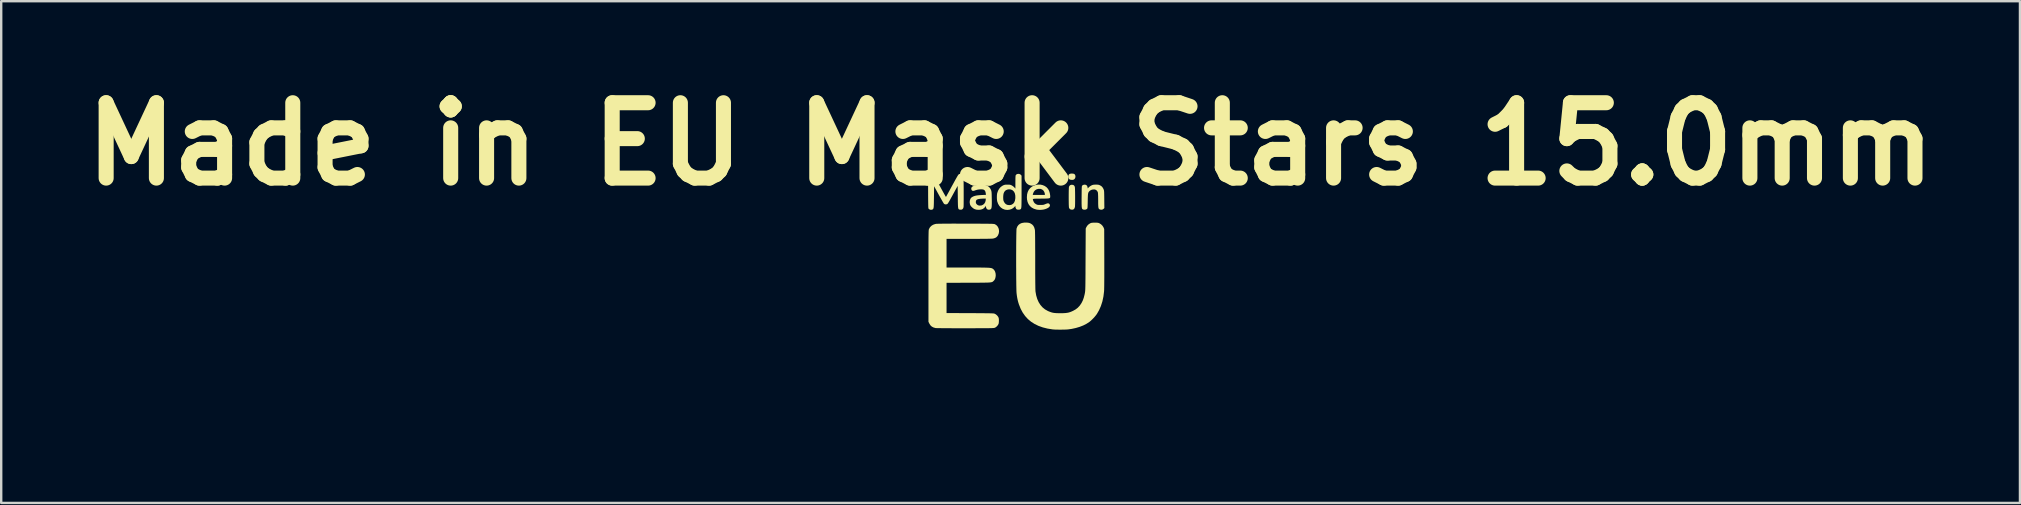
<source format=kicad_pcb>
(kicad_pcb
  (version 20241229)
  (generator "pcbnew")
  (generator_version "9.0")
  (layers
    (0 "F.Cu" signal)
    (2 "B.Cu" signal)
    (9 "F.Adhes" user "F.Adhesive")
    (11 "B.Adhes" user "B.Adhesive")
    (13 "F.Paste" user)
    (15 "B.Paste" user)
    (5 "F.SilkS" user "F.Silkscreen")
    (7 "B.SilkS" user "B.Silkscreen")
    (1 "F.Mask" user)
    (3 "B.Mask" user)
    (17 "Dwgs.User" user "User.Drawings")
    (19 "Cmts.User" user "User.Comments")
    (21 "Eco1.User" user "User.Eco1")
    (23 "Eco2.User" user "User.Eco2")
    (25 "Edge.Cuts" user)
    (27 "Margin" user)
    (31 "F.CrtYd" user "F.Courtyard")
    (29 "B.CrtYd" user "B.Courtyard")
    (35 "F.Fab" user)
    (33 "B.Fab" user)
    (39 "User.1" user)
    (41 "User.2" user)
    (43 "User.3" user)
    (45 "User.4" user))
  (footprint "Made in EU Mask Stars 15.0mm"
    (layer "F.Cu")
    (at 39.066 7.452)
    (property "Reference" "Made in EU Mask Stars 15.0mm" (at 0 -4.5 180) (layer "F.SilkS") (effects (font (size 3.141 3.141) (thickness 0.627))))
    (attr board_only exclude_from_pos_files exclude_from_bom)
    (fp_poly (pts (xy 5.513 -4.266) (xy 5.514 -4.265) (xy 5.518 -4.251) (xy 5.529 -4.218) (xy 5.545 -4.169) (xy 5.565 -4.105) (xy 5.59 -4.031) (xy 5.617 -3.947) (xy 5.646 -3.857) (xy 5.649 -3.846) (xy 5.779 -3.444) (xy 6.223 -3.439) (xy 6.666 -3.433) (xy 6.309 -3.177) (xy 6.23 -3.12) (xy 6.157 -3.068) (xy 6.093 -3.021) (xy 6.038 -2.981) (xy 5.995 -2.949) (xy 5.965 -2.926) (xy 5.952 -2.915) (xy 5.951 -2.914) (xy 5.954 -2.903) (xy 5.964 -2.872) (xy 5.979 -2.825) (xy 5.998 -2.764) (xy 6.022 -2.691) (xy 6.049 -2.608) (xy 6.078 -2.518) (xy 6.083 -2.501) (xy 6.113 -2.41) (xy 6.14 -2.326) (xy 6.163 -2.251) (xy 6.183 -2.188) (xy 6.199 -2.138) (xy 6.208 -2.105) (xy 6.212 -2.09) (xy 6.212 -2.09) (xy 6.203 -2.095) (xy 6.178 -2.113) (xy 6.138 -2.14) (xy 6.087 -2.177) (xy 6.025 -2.222) (xy 5.955 -2.272) (xy 5.878 -2.328) (xy 5.859 -2.342) (xy 5.508 -2.598) (xy 5.174 -2.354) (xy 5.082 -2.286) (xy 5.006 -2.23) (xy 4.945 -2.186) (xy 4.897 -2.152) (xy 4.861 -2.127) (xy 4.835 -2.109) (xy 4.818 -2.099) (xy 4.808 -2.094) (xy 4.804 -2.094) (xy 4.803 -2.098) (xy 4.805 -2.105) (xy 4.805 -2.106) (xy 4.841 -2.216) (xy 4.877 -2.324) (xy 4.911 -2.43) (xy 4.943 -2.531) (xy 4.972 -2.625) (xy 4.998 -2.71) (xy 5.021 -2.783) (xy 5.039 -2.844) (xy 5.051 -2.889) (xy 5.058 -2.916) (xy 5.059 -2.925) (xy 5.048 -2.932) (xy 5.021 -2.952) (xy 4.98 -2.981) (xy 4.927 -3.019) (xy 4.864 -3.064) (xy 4.793 -3.115) (xy 4.716 -3.171) (xy 4.7 -3.182) (xy 4.35 -3.433) (xy 4.793 -3.436) (xy 5.235 -3.439) (xy 5.331 -3.737) (xy 5.371 -3.859) (xy 5.404 -3.962) (xy 5.431 -4.046) (xy 5.453 -4.114) (xy 5.471 -4.167) (xy 5.485 -4.207) (xy 5.495 -4.236) (xy 5.502 -4.254) (xy 5.508 -4.264) (xy 5.511 -4.268)) (stroke (width 0) (type solid)) (fill yes) (layer "F.Mask"))
    (fp_poly (pts (xy 0.014 5.284) (xy 0.025 5.317) (xy 0.041 5.366) (xy 0.061 5.429) (xy 0.085 5.504) (xy 0.112 5.588) (xy 0.141 5.679) (xy 0.145 5.694) (xy 0.276 6.101) (xy 0.715 6.107) (xy 1.154 6.113) (xy 0.826 6.349) (xy 0.749 6.404) (xy 0.677 6.455) (xy 0.613 6.502) (xy 0.558 6.542) (xy 0.514 6.573) (xy 0.485 6.595) (xy 0.471 6.605) (xy 0.446 6.626) (xy 0.575 7.028) (xy 0.604 7.119) (xy 0.632 7.203) (xy 0.656 7.279) (xy 0.677 7.343) (xy 0.693 7.394) (xy 0.704 7.429) (xy 0.71 7.445) (xy 0.71 7.446) (xy 0.71 7.455) (xy 0.701 7.45) (xy 0.685 7.438) (xy 0.655 7.416) (xy 0.612 7.385) (xy 0.559 7.346) (xy 0.498 7.302) (xy 0.432 7.254) (xy 0.364 7.204) (xy 0.296 7.155) (xy 0.229 7.107) (xy 0.168 7.062) (xy 0.114 7.023) (xy 0.069 6.99) (xy 0.036 6.967) (xy 0.018 6.954) (xy 0.015 6.952) (xy 0.004 6.957) (xy -0.022 6.974) (xy -0.062 7) (xy -0.113 7.035) (xy -0.173 7.076) (xy -0.238 7.122) (xy -0.308 7.171) (xy -0.38 7.222) (xy -0.451 7.273) (xy -0.519 7.322) (xy -0.582 7.368) (xy -0.636 7.409) (xy -0.681 7.443) (xy -0.692 7.451) (xy -0.703 7.457) (xy -0.702 7.447) (xy -0.701 7.447) (xy -0.697 7.432) (xy -0.686 7.399) (xy -0.67 7.351) (xy -0.651 7.29) (xy -0.628 7.221) (xy -0.604 7.144) (xy -0.578 7.065) (xy -0.552 6.985) (xy -0.528 6.908) (xy -0.505 6.836) (xy -0.484 6.773) (xy -0.468 6.722) (xy -0.456 6.685) (xy -0.451 6.669) (xy -0.437 6.622) (xy -0.795 6.364) (xy -1.153 6.107) (xy -0.711 6.107) (xy -0.269 6.107) (xy -0.19 5.859) (xy -0.162 5.774) (xy -0.133 5.683) (xy -0.104 5.593) (xy -0.078 5.51) (xy -0.056 5.441) (xy -0.053 5.432) (xy -0.034 5.375) (xy -0.017 5.327) (xy -0.003 5.292) (xy 0.006 5.272) (xy 0.01 5.27)) (stroke (width 0) (type solid)) (fill yes) (layer "F.Mask"))
    (fp_poly (pts (xy -3.082 -6.319) (xy -3.055 -6.234) (xy -3.027 -6.148) (xy -3 -6.065) (xy -2.976 -5.991) (xy -2.956 -5.93) (xy -2.946 -5.898) (xy -2.901 -5.761) (xy -2.458 -5.758) (xy -2.015 -5.755) (xy -2.333 -5.527) (xy -2.41 -5.473) (xy -2.481 -5.421) (xy -2.547 -5.374) (xy -2.603 -5.333) (xy -2.648 -5.3) (xy -2.679 -5.278) (xy -2.692 -5.268) (xy -2.733 -5.236) (xy -2.6 -4.826) (xy -2.571 -4.735) (xy -2.544 -4.651) (xy -2.521 -4.576) (xy -2.501 -4.512) (xy -2.486 -4.462) (xy -2.476 -4.429) (xy -2.472 -4.413) (xy -2.472 -4.413) (xy -2.482 -4.418) (xy -2.507 -4.436) (xy -2.547 -4.463) (xy -2.598 -4.5) (xy -2.66 -4.544) (xy -2.729 -4.595) (xy -2.805 -4.65) (xy -2.814 -4.656) (xy -2.891 -4.712) (xy -2.962 -4.764) (xy -3.026 -4.81) (xy -3.08 -4.849) (xy -3.123 -4.88) (xy -3.152 -4.9) (xy -3.166 -4.909) (xy -3.166 -4.909) (xy -3.178 -4.904) (xy -3.206 -4.886) (xy -3.247 -4.859) (xy -3.301 -4.822) (xy -3.364 -4.778) (xy -3.435 -4.728) (xy -3.512 -4.672) (xy -3.526 -4.662) (xy -3.603 -4.606) (xy -3.674 -4.554) (xy -3.738 -4.508) (xy -3.792 -4.469) (xy -3.834 -4.439) (xy -3.863 -4.419) (xy -3.876 -4.41) (xy -3.877 -4.41) (xy -3.874 -4.42) (xy -3.866 -4.449) (xy -3.852 -4.495) (xy -3.834 -4.555) (xy -3.811 -4.628) (xy -3.785 -4.71) (xy -3.756 -4.799) (xy -3.75 -4.82) (xy -3.72 -4.912) (xy -3.693 -4.996) (xy -3.669 -5.071) (xy -3.649 -5.135) (xy -3.633 -5.186) (xy -3.622 -5.22) (xy -3.617 -5.235) (xy -3.617 -5.236) (xy -3.626 -5.244) (xy -3.651 -5.263) (xy -3.69 -5.292) (xy -3.742 -5.33) (xy -3.804 -5.375) (xy -3.875 -5.426) (xy -3.952 -5.482) (xy -3.976 -5.499) (xy -4.334 -5.755) (xy -3.889 -5.758) (xy -3.444 -5.761) (xy -3.339 -6.093) (xy -3.311 -6.18) (xy -3.284 -6.265) (xy -3.259 -6.343) (xy -3.237 -6.412) (xy -3.219 -6.468) (xy -3.206 -6.507) (xy -3.204 -6.515) (xy -3.174 -6.604)) (stroke (width 0) (type solid)) (fill yes) (layer "F.Mask"))
    (fp_poly (pts (xy -3.167 4.438) (xy -3.156 4.466) (xy -3.141 4.51) (xy -3.12 4.57) (xy -3.096 4.641) (xy -3.069 4.723) (xy -3.04 4.813) (xy -3.031 4.84) (xy -2.898 5.258) (xy -2.456 5.261) (xy -2.013 5.264) (xy -2.369 5.519) (xy -2.447 5.576) (xy -2.519 5.628) (xy -2.584 5.676) (xy -2.638 5.716) (xy -2.681 5.748) (xy -2.71 5.77) (xy -2.724 5.782) (xy -2.724 5.782) (xy -2.721 5.795) (xy -2.711 5.825) (xy -2.697 5.873) (xy -2.677 5.934) (xy -2.654 6.008) (xy -2.628 6.09) (xy -2.599 6.18) (xy -2.596 6.191) (xy -2.567 6.281) (xy -2.54 6.365) (xy -2.517 6.439) (xy -2.498 6.502) (xy -2.483 6.551) (xy -2.473 6.585) (xy -2.47 6.599) (xy -2.47 6.599) (xy -2.479 6.597) (xy -2.503 6.583) (xy -2.537 6.56) (xy -2.568 6.538) (xy -2.603 6.512) (xy -2.652 6.476) (xy -2.713 6.432) (xy -2.78 6.382) (xy -2.852 6.33) (xy -2.916 6.283) (xy -3.168 6.098) (xy -3.474 6.321) (xy -3.549 6.376) (xy -3.62 6.428) (xy -3.685 6.475) (xy -3.741 6.516) (xy -3.785 6.548) (xy -3.816 6.57) (xy -3.828 6.578) (xy -3.856 6.597) (xy -3.869 6.604) (xy -3.872 6.6) (xy -3.869 6.586) (xy -3.863 6.569) (xy -3.852 6.534) (xy -3.836 6.483) (xy -3.815 6.418) (xy -3.791 6.342) (xy -3.764 6.259) (xy -3.738 6.177) (xy -3.71 6.088) (xy -3.684 6.006) (xy -3.662 5.933) (xy -3.644 5.871) (xy -3.63 5.824) (xy -3.622 5.792) (xy -3.62 5.78) (xy -3.63 5.771) (xy -3.657 5.75) (xy -3.697 5.719) (xy -3.749 5.68) (xy -3.812 5.634) (xy -3.883 5.582) (xy -3.96 5.526) (xy -3.975 5.515) (xy -4.325 5.264) (xy -3.882 5.261) (xy -3.439 5.258) (xy -3.418 5.189) (xy -3.396 5.118) (xy -3.371 5.04) (xy -3.345 4.957) (xy -3.318 4.871) (xy -3.29 4.786) (xy -3.264 4.705) (xy -3.239 4.629) (xy -3.217 4.561) (xy -3.198 4.505) (xy -3.184 4.462) (xy -3.175 4.437) (xy -3.172 4.43)) (stroke (width 0) (type solid)) (fill yes) (layer "F.Mask"))
    (fp_poly (pts (xy 3.182 4.431) (xy 3.187 4.442) (xy 3.193 4.462) (xy 3.204 4.491) (xy 3.217 4.533) (xy 3.235 4.587) (xy 3.257 4.656) (xy 3.285 4.741) (xy 3.318 4.845) (xy 3.357 4.967) (xy 3.366 4.993) (xy 3.451 5.258) (xy 3.892 5.261) (xy 4.334 5.264) (xy 3.985 5.515) (xy 3.907 5.571) (xy 3.835 5.623) (xy 3.77 5.67) (xy 3.715 5.709) (xy 3.672 5.741) (xy 3.642 5.762) (xy 3.628 5.772) (xy 3.627 5.772) (xy 3.629 5.784) (xy 3.636 5.814) (xy 3.65 5.861) (xy 3.668 5.923) (xy 3.69 5.996) (xy 3.716 6.079) (xy 3.745 6.169) (xy 3.752 6.19) (xy 3.781 6.282) (xy 3.808 6.366) (xy 3.832 6.441) (xy 3.852 6.505) (xy 3.867 6.555) (xy 3.877 6.589) (xy 3.882 6.605) (xy 3.882 6.606) (xy 3.872 6.6) (xy 3.847 6.583) (xy 3.807 6.555) (xy 3.755 6.518) (xy 3.694 6.473) (xy 3.623 6.423) (xy 3.547 6.367) (xy 3.528 6.353) (xy 3.178 6.098) (xy 3.121 6.14) (xy 3.047 6.195) (xy 2.969 6.252) (xy 2.89 6.309) (xy 2.813 6.366) (xy 2.738 6.42) (xy 2.669 6.47) (xy 2.606 6.515) (xy 2.554 6.553) (xy 2.512 6.582) (xy 2.485 6.601) (xy 2.473 6.609) (xy 2.472 6.609) (xy 2.47 6.603) (xy 2.471 6.601) (xy 2.475 6.589) (xy 2.485 6.559) (xy 2.5 6.513) (xy 2.52 6.455) (xy 2.542 6.386) (xy 2.566 6.311) (xy 2.592 6.231) (xy 2.618 6.15) (xy 2.644 6.07) (xy 2.668 5.995) (xy 2.69 5.927) (xy 2.708 5.868) (xy 2.723 5.822) (xy 2.732 5.792) (xy 2.735 5.781) (xy 2.735 5.781) (xy 2.727 5.773) (xy 2.702 5.755) (xy 2.662 5.726) (xy 2.611 5.688) (xy 2.549 5.643) (xy 2.478 5.592) (xy 2.401 5.536) (xy 2.379 5.52) (xy 2.023 5.264) (xy 2.465 5.258) (xy 2.908 5.253) (xy 3.041 4.837) (xy 3.071 4.746) (xy 3.098 4.661) (xy 3.123 4.587) (xy 3.144 4.524) (xy 3.161 4.474) (xy 3.173 4.441) (xy 3.179 4.427) (xy 3.18 4.426)) (stroke (width 0) (type solid)) (fill yes) (layer "F.Mask"))
    (fp_poly (pts (xy 0.012 -7.439) (xy 0.022 -7.407) (xy 0.037 -7.359) (xy 0.057 -7.297) (xy 0.081 -7.223) (xy 0.107 -7.139) (xy 0.136 -7.049) (xy 0.143 -7.028) (xy 0.275 -6.615) (xy 0.715 -6.609) (xy 1.156 -6.604) (xy 0.801 -6.349) (xy 0.723 -6.293) (xy 0.651 -6.241) (xy 0.586 -6.194) (xy 0.532 -6.154) (xy 0.489 -6.123) (xy 0.46 -6.101) (xy 0.447 -6.09) (xy 0.447 -6.09) (xy 0.45 -6.079) (xy 0.459 -6.049) (xy 0.473 -6.004) (xy 0.492 -5.946) (xy 0.513 -5.878) (xy 0.537 -5.803) (xy 0.563 -5.724) (xy 0.589 -5.643) (xy 0.614 -5.564) (xy 0.639 -5.488) (xy 0.661 -5.42) (xy 0.68 -5.361) (xy 0.695 -5.315) (xy 0.703 -5.289) (xy 0.707 -5.279) (xy 0.71 -5.272) (xy 0.71 -5.267) (xy 0.706 -5.266) (xy 0.697 -5.271) (xy 0.68 -5.281) (xy 0.654 -5.299) (xy 0.618 -5.325) (xy 0.569 -5.36) (xy 0.506 -5.406) (xy 0.428 -5.463) (xy 0.38 -5.498) (xy 0.305 -5.553) (xy 0.235 -5.603) (xy 0.172 -5.649) (xy 0.118 -5.689) (xy 0.076 -5.719) (xy 0.048 -5.74) (xy 0.038 -5.747) (xy 0.003 -5.772) (xy -0.297 -5.553) (xy -0.372 -5.498) (xy -0.443 -5.447) (xy -0.508 -5.399) (xy -0.565 -5.358) (xy -0.61 -5.325) (xy -0.641 -5.302) (xy -0.652 -5.294) (xy -0.681 -5.273) (xy -0.697 -5.264) (xy -0.701 -5.267) (xy -0.698 -5.28) (xy -0.698 -5.282) (xy -0.693 -5.298) (xy -0.682 -5.332) (xy -0.666 -5.381) (xy -0.646 -5.442) (xy -0.624 -5.513) (xy -0.599 -5.59) (xy -0.573 -5.67) (xy -0.547 -5.751) (xy -0.522 -5.829) (xy -0.499 -5.902) (xy -0.478 -5.966) (xy -0.461 -6.019) (xy -0.449 -6.057) (xy -0.442 -6.078) (xy -0.441 -6.081) (xy -0.449 -6.09) (xy -0.473 -6.11) (xy -0.512 -6.141) (xy -0.563 -6.18) (xy -0.624 -6.226) (xy -0.694 -6.278) (xy -0.771 -6.333) (xy -0.792 -6.349) (xy -1.147 -6.604) (xy -0.708 -6.607) (xy -0.269 -6.61) (xy -0.189 -6.858) (xy -0.162 -6.943) (xy -0.133 -7.033) (xy -0.104 -7.123) (xy -0.078 -7.206) (xy -0.056 -7.275) (xy -0.053 -7.284) (xy -0.034 -7.342) (xy -0.017 -7.391) (xy -0.004 -7.427) (xy 0.005 -7.448) (xy 0.007 -7.452)) (stroke (width 0) (type solid)) (fill yes) (layer "F.Mask"))
    (fp_poly (pts (xy 5.511 2.102) (xy 5.521 2.13) (xy 5.537 2.175) (xy 5.557 2.235) (xy 5.581 2.307) (xy 5.607 2.389) (xy 5.637 2.478) (xy 5.645 2.504) (xy 5.778 2.92) (xy 6.224 2.925) (xy 6.669 2.931) (xy 6.32 3.182) (xy 6.241 3.238) (xy 6.169 3.29) (xy 6.104 3.337) (xy 6.048 3.376) (xy 6.004 3.408) (xy 5.974 3.429) (xy 5.96 3.44) (xy 5.959 3.44) (xy 5.96 3.452) (xy 5.967 3.484) (xy 5.98 3.532) (xy 5.999 3.597) (xy 6.023 3.676) (xy 6.051 3.766) (xy 6.083 3.864) (xy 6.112 3.956) (xy 6.139 4.041) (xy 6.164 4.117) (xy 6.184 4.181) (xy 6.2 4.231) (xy 6.21 4.266) (xy 6.215 4.282) (xy 6.215 4.283) (xy 6.206 4.277) (xy 6.181 4.259) (xy 6.141 4.231) (xy 6.09 4.193) (xy 6.028 4.149) (xy 5.958 4.098) (xy 5.882 4.042) (xy 5.862 4.027) (xy 5.773 3.962) (xy 5.7 3.909) (xy 5.642 3.867) (xy 5.596 3.835) (xy 5.561 3.811) (xy 5.535 3.796) (xy 5.516 3.786) (xy 5.504 3.782) (xy 5.495 3.782) (xy 5.488 3.785) (xy 5.474 3.795) (xy 5.444 3.816) (xy 5.401 3.848) (xy 5.346 3.887) (xy 5.281 3.934) (xy 5.21 3.986) (xy 5.138 4.039) (xy 5.063 4.093) (xy 4.994 4.143) (xy 4.932 4.187) (xy 4.881 4.224) (xy 4.842 4.251) (xy 4.816 4.269) (xy 4.806 4.274) (xy 4.809 4.263) (xy 4.817 4.233) (xy 4.831 4.186) (xy 4.85 4.125) (xy 4.873 4.052) (xy 4.9 3.97) (xy 4.928 3.88) (xy 4.934 3.863) (xy 4.964 3.772) (xy 4.99 3.688) (xy 5.014 3.612) (xy 5.034 3.549) (xy 5.049 3.499) (xy 5.059 3.465) (xy 5.062 3.449) (xy 5.062 3.449) (xy 5.052 3.44) (xy 5.027 3.421) (xy 4.991 3.394) (xy 4.946 3.361) (xy 4.927 3.347) (xy 4.878 3.312) (xy 4.816 3.268) (xy 4.746 3.217) (xy 4.671 3.163) (xy 4.598 3.111) (xy 4.572 3.092) (xy 4.349 2.931) (xy 4.794 2.925) (xy 5.239 2.92) (xy 5.37 2.508) (xy 5.4 2.417) (xy 5.427 2.333) (xy 5.451 2.257) (xy 5.472 2.193) (xy 5.489 2.143) (xy 5.5 2.109) (xy 5.506 2.094) (xy 5.507 2.093)) (stroke (width 0) (type solid)) (fill yes) (layer "F.Mask"))
    (fp_poly (pts (xy -5.494 2.099) (xy -5.49 2.113) (xy -5.479 2.146) (xy -5.463 2.195) (xy -5.443 2.258) (xy -5.418 2.333) (xy -5.391 2.417) (xy -5.362 2.507) (xy -5.359 2.518) (xy -5.23 2.92) (xy -4.784 2.925) (xy -4.338 2.931) (xy -4.695 3.187) (xy -4.774 3.243) (xy -4.847 3.295) (xy -4.912 3.342) (xy -4.967 3.381) (xy -5.01 3.413) (xy -5.04 3.434) (xy -5.054 3.444) (xy -5.055 3.445) (xy -5.053 3.456) (xy -5.044 3.485) (xy -5.03 3.532) (xy -5.011 3.593) (xy -4.988 3.666) (xy -4.962 3.748) (xy -4.933 3.838) (xy -4.925 3.864) (xy -4.895 3.956) (xy -4.868 4.041) (xy -4.844 4.116) (xy -4.824 4.181) (xy -4.808 4.231) (xy -4.797 4.265) (xy -4.793 4.281) (xy -4.793 4.282) (xy -4.802 4.276) (xy -4.827 4.258) (xy -4.866 4.23) (xy -4.918 4.193) (xy -4.979 4.148) (xy -5.049 4.097) (xy -5.124 4.042) (xy -5.136 4.033) (xy -5.213 3.977) (xy -5.284 3.925) (xy -5.348 3.878) (xy -5.403 3.838) (xy -5.446 3.808) (xy -5.475 3.787) (xy -5.489 3.777) (xy -5.49 3.777) (xy -5.502 3.782) (xy -5.529 3.799) (xy -5.571 3.827) (xy -5.624 3.864) (xy -5.688 3.908) (xy -5.759 3.959) (xy -5.836 4.014) (xy -5.856 4.029) (xy -5.933 4.085) (xy -6.005 4.138) (xy -6.069 4.184) (xy -6.123 4.223) (xy -6.165 4.253) (xy -6.194 4.274) (xy -6.207 4.282) (xy -6.207 4.283) (xy -6.204 4.272) (xy -6.195 4.242) (xy -6.18 4.195) (xy -6.16 4.134) (xy -6.137 4.061) (xy -6.11 3.979) (xy -6.081 3.889) (xy -6.075 3.867) (xy -6.045 3.776) (xy -6.018 3.691) (xy -5.995 3.615) (xy -5.975 3.551) (xy -5.96 3.5) (xy -5.95 3.465) (xy -5.946 3.449) (xy -5.946 3.448) (xy -5.956 3.44) (xy -5.982 3.42) (xy -6.023 3.39) (xy -6.075 3.352) (xy -6.138 3.306) (xy -6.209 3.255) (xy -6.286 3.199) (xy -6.306 3.185) (xy -6.66 2.931) (xy -6.214 2.925) (xy -5.768 2.92) (xy -5.68 2.646) (xy -5.653 2.562) (xy -5.626 2.475) (xy -5.599 2.391) (xy -5.575 2.316) (xy -5.555 2.253) (xy -5.547 2.227) (xy -5.53 2.176) (xy -5.515 2.135) (xy -5.503 2.108) (xy -5.496 2.098)) (stroke (width 0) (type solid)) (fill yes) (layer "F.Mask"))
    (fp_poly (pts (xy 3.197 -6.573) (xy 3.207 -6.54) (xy 3.223 -6.491) (xy 3.244 -6.427) (xy 3.268 -6.353) (xy 3.295 -6.269) (xy 3.324 -6.179) (xy 3.327 -6.168) (xy 3.456 -5.766) (xy 3.902 -5.761) (xy 4.347 -5.755) (xy 3.99 -5.5) (xy 3.912 -5.443) (xy 3.839 -5.391) (xy 3.774 -5.344) (xy 3.719 -5.305) (xy 3.676 -5.274) (xy 3.646 -5.252) (xy 3.632 -5.242) (xy 3.631 -5.241) (xy 3.633 -5.231) (xy 3.642 -5.201) (xy 3.657 -5.155) (xy 3.675 -5.094) (xy 3.698 -5.021) (xy 3.725 -4.939) (xy 3.754 -4.849) (xy 3.761 -4.827) (xy 3.79 -4.736) (xy 3.817 -4.651) (xy 3.841 -4.576) (xy 3.861 -4.512) (xy 3.876 -4.462) (xy 3.886 -4.428) (xy 3.89 -4.412) (xy 3.89 -4.412) (xy 3.881 -4.417) (xy 3.855 -4.434) (xy 3.816 -4.462) (xy 3.764 -4.499) (xy 3.703 -4.543) (xy 3.633 -4.594) (xy 3.557 -4.649) (xy 3.546 -4.657) (xy 3.469 -4.713) (xy 3.397 -4.765) (xy 3.332 -4.811) (xy 3.277 -4.849) (xy 3.233 -4.879) (xy 3.203 -4.899) (xy 3.189 -4.907) (xy 3.188 -4.907) (xy 3.176 -4.9) (xy 3.147 -4.882) (xy 3.105 -4.854) (xy 3.051 -4.816) (xy 2.988 -4.771) (xy 2.917 -4.72) (xy 2.84 -4.665) (xy 2.831 -4.658) (xy 2.755 -4.603) (xy 2.684 -4.551) (xy 2.621 -4.506) (xy 2.567 -4.467) (xy 2.526 -4.438) (xy 2.498 -4.418) (xy 2.486 -4.41) (xy 2.485 -4.41) (xy 2.484 -4.419) (xy 2.49 -4.441) (xy 2.505 -4.487) (xy 2.524 -4.546) (xy 2.547 -4.615) (xy 2.571 -4.691) (xy 2.597 -4.771) (xy 2.623 -4.853) (xy 2.648 -4.934) (xy 2.673 -5.011) (xy 2.695 -5.081) (xy 2.714 -5.142) (xy 2.729 -5.191) (xy 2.739 -5.224) (xy 2.744 -5.241) (xy 2.744 -5.241) (xy 2.735 -5.248) (xy 2.709 -5.267) (xy 2.669 -5.295) (xy 2.617 -5.333) (xy 2.555 -5.378) (xy 2.484 -5.428) (xy 2.407 -5.484) (xy 2.385 -5.499) (xy 2.029 -5.755) (xy 2.474 -5.761) (xy 2.918 -5.766) (xy 2.997 -6.012) (xy 3.024 -6.096) (xy 3.053 -6.186) (xy 3.081 -6.274) (xy 3.107 -6.356) (xy 3.128 -6.423) (xy 3.131 -6.43) (xy 3.149 -6.487) (xy 3.166 -6.534) (xy 3.18 -6.568) (xy 3.189 -6.585) (xy 3.192 -6.587)) (stroke (width 0) (type solid)) (fill yes) (layer "F.Mask"))
    (fp_poly (pts (xy -5.493 -4.25) (xy -5.482 -4.22) (xy -5.466 -4.173) (xy -5.446 -4.111) (xy -5.422 -4.038) (xy -5.396 -3.955) (xy -5.366 -3.865) (xy -5.36 -3.845) (xy -5.228 -3.433) (xy -4.786 -3.428) (xy -4.344 -3.422) (xy -4.701 -3.166) (xy -4.792 -3.1) (xy -4.866 -3.046) (xy -4.925 -3.003) (xy -4.971 -2.968) (xy -5.005 -2.942) (xy -5.028 -2.921) (xy -5.042 -2.907) (xy -5.05 -2.896) (xy -5.051 -2.888) (xy -5.051 -2.887) (xy -5.045 -2.869) (xy -5.034 -2.834) (xy -5.018 -2.784) (xy -4.998 -2.722) (xy -4.975 -2.651) (xy -4.951 -2.574) (xy -4.925 -2.494) (xy -4.899 -2.414) (xy -4.874 -2.336) (xy -4.851 -2.264) (xy -4.831 -2.201) (xy -4.814 -2.149) (xy -4.802 -2.112) (xy -4.796 -2.092) (xy -4.795 -2.09) (xy -4.796 -2.081) (xy -4.804 -2.084) (xy -4.815 -2.091) (xy -4.841 -2.11) (xy -4.881 -2.139) (xy -4.932 -2.175) (xy -4.99 -2.218) (xy -5.055 -2.264) (xy -5.122 -2.314) (xy -5.191 -2.363) (xy -5.258 -2.412) (xy -5.321 -2.458) (xy -5.377 -2.499) (xy -5.425 -2.533) (xy -5.461 -2.56) (xy -5.483 -2.576) (xy -5.487 -2.58) (xy -5.499 -2.575) (xy -5.526 -2.559) (xy -5.568 -2.532) (xy -5.622 -2.495) (xy -5.687 -2.449) (xy -5.76 -2.397) (xy -5.84 -2.339) (xy -5.85 -2.332) (xy -5.927 -2.276) (xy -5.999 -2.224) (xy -6.064 -2.177) (xy -6.118 -2.138) (xy -6.161 -2.107) (xy -6.191 -2.086) (xy -6.204 -2.077) (xy -6.205 -2.077) (xy -6.206 -2.085) (xy -6.203 -2.094) (xy -6.198 -2.108) (xy -6.188 -2.141) (xy -6.172 -2.19) (xy -6.151 -2.253) (xy -6.127 -2.328) (xy -6.1 -2.411) (xy -6.072 -2.498) (xy -6.043 -2.587) (xy -6.017 -2.67) (xy -5.993 -2.743) (xy -5.973 -2.805) (xy -5.958 -2.853) (xy -5.947 -2.885) (xy -5.943 -2.897) (xy -5.951 -2.906) (xy -5.975 -2.926) (xy -6.014 -2.957) (xy -6.065 -2.995) (xy -6.126 -3.041) (xy -6.197 -3.093) (xy -6.273 -3.149) (xy -6.297 -3.165) (xy -6.654 -3.422) (xy -6.212 -3.428) (xy -5.77 -3.433) (xy -5.716 -3.601) (xy -5.696 -3.663) (xy -5.671 -3.741) (xy -5.643 -3.828) (xy -5.614 -3.917) (xy -5.587 -4.002) (xy -5.582 -4.017) (xy -5.559 -4.087) (xy -5.539 -4.149) (xy -5.521 -4.2) (xy -5.508 -4.238) (xy -5.499 -4.258) (xy -5.497 -4.261)) (stroke (width 0) (type solid)) (fill yes) (layer "F.Mask"))
    (fp_poly (pts (xy -6.349 -1.076) (xy -6.339 -1.049) (xy -6.323 -1.004) (xy -6.302 -0.945) (xy -6.278 -0.873) (xy -6.252 -0.792) (xy -6.223 -0.702) (xy -6.214 -0.675) (xy -6.081 -0.257) (xy -5.641 -0.257) (xy -5.522 -0.257) (xy -5.422 -0.256) (xy -5.339 -0.254) (xy -5.276 -0.253) (xy -5.233 -0.25) (xy -5.211 -0.248) (xy -5.208 -0.246) (xy -5.218 -0.237) (xy -5.245 -0.217) (xy -5.285 -0.187) (xy -5.338 -0.148) (xy -5.401 -0.102) (xy -5.471 -0.051) (xy -5.548 0.004) (xy -5.56 0.013) (xy -5.638 0.069) (xy -5.709 0.121) (xy -5.772 0.167) (xy -5.825 0.207) (xy -5.867 0.239) (xy -5.894 0.26) (xy -5.906 0.271) (xy -5.906 0.271) (xy -5.903 0.284) (xy -5.893 0.316) (xy -5.878 0.364) (xy -5.859 0.426) (xy -5.836 0.499) (xy -5.809 0.582) (xy -5.78 0.672) (xy -5.777 0.683) (xy -5.748 0.774) (xy -5.721 0.857) (xy -5.698 0.931) (xy -5.679 0.994) (xy -5.664 1.042) (xy -5.655 1.075) (xy -5.652 1.089) (xy -5.652 1.089) (xy -5.662 1.084) (xy -5.687 1.067) (xy -5.727 1.039) (xy -5.779 1.002) (xy -5.841 0.958) (xy -5.91 0.908) (xy -5.986 0.852) (xy -6 0.842) (xy -6.086 0.78) (xy -6.163 0.725) (xy -6.229 0.679) (xy -6.284 0.641) (xy -6.325 0.615) (xy -6.351 0.6) (xy -6.36 0.597) (xy -6.373 0.604) (xy -6.401 0.624) (xy -6.443 0.653) (xy -6.497 0.692) (xy -6.56 0.737) (xy -6.63 0.788) (xy -6.702 0.841) (xy -6.791 0.906) (xy -6.864 0.959) (xy -6.922 1.001) (xy -6.967 1.033) (xy -7.001 1.057) (xy -7.024 1.074) (xy -7.04 1.085) (xy -7.05 1.09) (xy -7.054 1.092) (xy -7.056 1.09) (xy -7.056 1.088) (xy -7.053 1.077) (xy -7.043 1.046) (xy -7.028 0.999) (xy -7.009 0.937) (xy -6.986 0.864) (xy -6.959 0.782) (xy -6.93 0.693) (xy -6.928 0.684) (xy -6.899 0.594) (xy -6.872 0.511) (xy -6.848 0.436) (xy -6.828 0.372) (xy -6.813 0.323) (xy -6.803 0.289) (xy -6.799 0.274) (xy -6.799 0.274) (xy -6.808 0.264) (xy -6.833 0.244) (xy -6.872 0.213) (xy -6.924 0.174) (xy -6.986 0.128) (xy -7.056 0.076) (xy -7.132 0.021) (xy -7.146 0.011) (xy -7.223 -0.045) (xy -7.295 -0.097) (xy -7.359 -0.143) (xy -7.413 -0.183) (xy -7.456 -0.214) (xy -7.485 -0.236) (xy -7.497 -0.247) (xy -7.498 -0.247) (xy -7.488 -0.249) (xy -7.459 -0.251) (xy -7.412 -0.253) (xy -7.349 -0.254) (xy -7.272 -0.256) (xy -7.185 -0.256) (xy -7.089 -0.257) (xy -7.063 -0.257) (xy -6.621 -0.257) (xy -6.6 -0.327) (xy -6.576 -0.402) (xy -6.55 -0.485) (xy -6.523 -0.571) (xy -6.495 -0.658) (xy -6.467 -0.744) (xy -6.441 -0.826) (xy -6.417 -0.901) (xy -6.395 -0.967) (xy -6.377 -1.021) (xy -6.364 -1.06) (xy -6.356 -1.081) (xy -6.354 -1.085)) (stroke (width 0) (type solid)) (fill yes) (layer "F.Mask"))
    (fp_poly (pts (xy 6.357 -1.084) (xy 6.368 -1.056) (xy 6.383 -1.013) (xy 6.401 -0.959) (xy 6.421 -0.896) (xy 6.421 -0.896) (xy 6.447 -0.817) (xy 6.476 -0.724) (xy 6.507 -0.628) (xy 6.536 -0.537) (xy 6.554 -0.483) (xy 6.622 -0.268) (xy 7.062 -0.268) (xy 7.159 -0.268) (xy 7.248 -0.267) (xy 7.328 -0.266) (xy 7.395 -0.265) (xy 7.448 -0.264) (xy 7.484 -0.262) (xy 7.501 -0.26) (xy 7.502 -0.26) (xy 7.493 -0.251) (xy 7.468 -0.232) (xy 7.429 -0.202) (xy 7.377 -0.164) (xy 7.315 -0.119) (xy 7.245 -0.068) (xy 7.168 -0.012) (xy 7.15 -0.000162) (xy 7.072 0.056) (xy 7 0.108) (xy 6.936 0.156) (xy 6.882 0.196) (xy 6.84 0.229) (xy 6.812 0.252) (xy 6.8 0.264) (xy 6.799 0.265) (xy 6.803 0.278) (xy 6.812 0.31) (xy 6.827 0.359) (xy 6.846 0.421) (xy 6.87 0.495) (xy 6.896 0.578) (xy 6.925 0.668) (xy 6.928 0.677) (xy 6.956 0.767) (xy 6.983 0.85) (xy 7.006 0.924) (xy 7.025 0.986) (xy 7.04 1.034) (xy 7.049 1.066) (xy 7.052 1.08) (xy 7.052 1.08) (xy 7.042 1.075) (xy 7.016 1.057) (xy 6.977 1.03) (xy 6.925 0.993) (xy 6.863 0.949) (xy 6.794 0.899) (xy 6.718 0.844) (xy 6.709 0.837) (xy 6.633 0.781) (xy 6.562 0.729) (xy 6.498 0.683) (xy 6.444 0.644) (xy 6.401 0.614) (xy 6.372 0.593) (xy 6.359 0.585) (xy 6.358 0.585) (xy 6.347 0.59) (xy 6.319 0.607) (xy 6.278 0.634) (xy 6.225 0.671) (xy 6.163 0.715) (xy 6.093 0.765) (xy 6.027 0.813) (xy 5.934 0.881) (xy 5.858 0.937) (xy 5.797 0.981) (xy 5.749 1.016) (xy 5.712 1.042) (xy 5.686 1.06) (xy 5.668 1.072) (xy 5.657 1.078) (xy 5.651 1.08) (xy 5.649 1.079) (xy 5.649 1.078) (xy 5.653 1.066) (xy 5.662 1.035) (xy 5.677 0.987) (xy 5.696 0.926) (xy 5.72 0.853) (xy 5.746 0.77) (xy 5.775 0.681) (xy 5.778 0.671) (xy 5.807 0.581) (xy 5.833 0.498) (xy 5.857 0.423) (xy 5.877 0.36) (xy 5.892 0.31) (xy 5.902 0.277) (xy 5.906 0.262) (xy 5.906 0.262) (xy 5.897 0.253) (xy 5.872 0.233) (xy 5.833 0.203) (xy 5.781 0.165) (xy 5.719 0.119) (xy 5.648 0.068) (xy 5.572 0.012) (xy 5.554 0) (xy 5.477 -0.056) (xy 5.405 -0.108) (xy 5.341 -0.154) (xy 5.286 -0.194) (xy 5.244 -0.226) (xy 5.216 -0.247) (xy 5.203 -0.258) (xy 5.203 -0.259) (xy 5.214 -0.26) (xy 5.244 -0.261) (xy 5.292 -0.262) (xy 5.356 -0.262) (xy 5.432 -0.262) (xy 5.518 -0.261) (xy 5.613 -0.26) (xy 5.637 -0.26) (xy 5.747 -0.258) (xy 5.836 -0.257) (xy 5.908 -0.256) (xy 5.964 -0.256) (xy 6.005 -0.257) (xy 6.035 -0.258) (xy 6.056 -0.26) (xy 6.069 -0.263) (xy 6.076 -0.267) (xy 6.08 -0.272) (xy 6.081 -0.275) (xy 6.087 -0.29) (xy 6.099 -0.324) (xy 6.115 -0.374) (xy 6.136 -0.438) (xy 6.161 -0.514) (xy 6.188 -0.598) (xy 6.217 -0.688) (xy 6.219 -0.695) (xy 6.247 -0.785) (xy 6.274 -0.868) (xy 6.298 -0.941) (xy 6.319 -1.003) (xy 6.335 -1.05) (xy 6.346 -1.081) (xy 6.352 -1.094) (xy 6.352 -1.094)) (stroke (width 0) (type solid)) (fill yes) (layer "F.Mask"))
    (fp_poly (pts (xy 2.604 -3.267) (xy 2.652 -3.253) (xy 2.684 -3.223) (xy 2.701 -3.179) (xy 2.704 -3.14) (xy 2.694 -3.085) (xy 2.667 -3.042) (xy 2.634 -3.017) (xy 2.596 -3.007) (xy 2.548 -3.005) (xy 2.499 -3.011) (xy 2.47 -3.02) (xy 2.436 -3.046) (xy 2.413 -3.085) (xy 2.404 -3.132) (xy 2.407 -3.179) (xy 2.426 -3.221) (xy 2.44 -3.238) (xy 2.464 -3.255) (xy 2.495 -3.264) (xy 2.539 -3.269)) (stroke (width 0) (type solid)) (fill yes) (layer "F.SilkS"))
    (fp_poly (pts (xy 2.611 -2.794) (xy 2.649 -2.77) (xy 2.673 -2.728) (xy 2.68 -2.701) (xy 2.682 -2.677) (xy 2.685 -2.635) (xy 2.686 -2.576) (xy 2.688 -2.505) (xy 2.689 -2.426) (xy 2.69 -2.341) (xy 2.69 -2.254) (xy 2.69 -2.169) (xy 2.69 -2.088) (xy 2.689 -2.016) (xy 2.687 -1.955) (xy 2.686 -1.909) (xy 2.683 -1.882) (xy 2.666 -1.826) (xy 2.646 -1.797) (xy 2.622 -1.776) (xy 2.597 -1.766) (xy 2.561 -1.764) (xy 2.559 -1.764) (xy 2.511 -1.769) (xy 2.476 -1.786) (xy 2.475 -1.787) (xy 2.452 -1.813) (xy 2.435 -1.848) (xy 2.434 -1.851) (xy 2.431 -1.874) (xy 2.429 -1.916) (xy 2.426 -1.973) (xy 2.425 -2.043) (xy 2.424 -2.123) (xy 2.423 -2.208) (xy 2.423 -2.296) (xy 2.423 -2.384) (xy 2.424 -2.468) (xy 2.425 -2.545) (xy 2.427 -2.612) (xy 2.429 -2.665) (xy 2.432 -2.701) (xy 2.434 -2.715) (xy 2.457 -2.761) (xy 2.493 -2.79) (xy 2.545 -2.802) (xy 2.558 -2.802)) (stroke (width 0) (type solid)) (fill yes) (layer "F.SilkS"))
    (fp_poly (pts (xy 1.246 -2.808) (xy 1.337 -2.788) (xy 1.422 -2.752) (xy 1.496 -2.701) (xy 1.557 -2.634) (xy 1.59 -2.58) (xy 1.619 -2.509) (xy 1.64 -2.429) (xy 1.651 -2.351) (xy 1.652 -2.327) (xy 1.652 -2.3) (xy 1.65 -2.279) (xy 1.645 -2.262) (xy 1.633 -2.25) (xy 1.612 -2.24) (xy 1.582 -2.234) (xy 1.538 -2.23) (xy 1.48 -2.227) (xy 1.405 -2.226) (xy 1.31 -2.224) (xy 1.266 -2.224) (xy 1.168 -2.223) (xy 1.09 -2.222) (xy 1.03 -2.221) (xy 0.986 -2.219) (xy 0.957 -2.214) (xy 0.938 -2.208) (xy 0.93 -2.198) (xy 0.929 -2.186) (xy 0.933 -2.169) (xy 0.941 -2.147) (xy 0.945 -2.136) (xy 0.97 -2.078) (xy 1.004 -2.034) (xy 1.051 -1.999) (xy 1.065 -1.991) (xy 1.092 -1.977) (xy 1.116 -1.968) (xy 1.143 -1.963) (xy 1.178 -1.96) (xy 1.229 -1.96) (xy 1.245 -1.96) (xy 1.302 -1.961) (xy 1.344 -1.964) (xy 1.378 -1.969) (xy 1.409 -1.979) (xy 1.44 -1.992) (xy 1.497 -2.015) (xy 1.54 -2.027) (xy 1.571 -2.029) (xy 1.595 -2.02) (xy 1.613 -2.006) (xy 1.637 -1.97) (xy 1.642 -1.934) (xy 1.628 -1.899) (xy 1.599 -1.865) (xy 1.556 -1.835) (xy 1.501 -1.808) (xy 1.437 -1.785) (xy 1.366 -1.768) (xy 1.29 -1.758) (xy 1.212 -1.755) (xy 1.132 -1.76) (xy 1.076 -1.769) (xy 0.971 -1.802) (xy 0.881 -1.851) (xy 0.807 -1.915) (xy 0.749 -1.994) (xy 0.708 -2.087) (xy 0.685 -2.193) (xy 0.68 -2.283) (xy 0.687 -2.378) (xy 0.925 -2.378) (xy 1.177 -2.378) (xy 1.429 -2.378) (xy 1.429 -2.414) (xy 1.424 -2.445) (xy 1.412 -2.485) (xy 1.402 -2.509) (xy 1.364 -2.567) (xy 1.312 -2.607) (xy 1.248 -2.629) (xy 1.225 -2.632) (xy 1.145 -2.629) (xy 1.074 -2.606) (xy 1.014 -2.565) (xy 0.968 -2.508) (xy 0.938 -2.436) (xy 0.932 -2.414) (xy 0.925 -2.378) (xy 0.687 -2.378) (xy 0.688 -2.399) (xy 0.715 -2.502) (xy 0.759 -2.592) (xy 0.821 -2.668) (xy 0.899 -2.729) (xy 0.956 -2.76) (xy 1.052 -2.794) (xy 1.15 -2.81)) (stroke (width 0) (type solid)) (fill yes) (layer "F.SilkS"))
    (fp_poly (pts (xy 3.61 -2.807) (xy 3.649 -2.804) (xy 3.679 -2.798) (xy 3.708 -2.787) (xy 3.732 -2.776) (xy 3.787 -2.742) (xy 3.829 -2.699) (xy 3.864 -2.641) (xy 3.878 -2.61) (xy 3.884 -2.593) (xy 3.89 -2.575) (xy 3.894 -2.554) (xy 3.897 -2.527) (xy 3.9 -2.491) (xy 3.901 -2.445) (xy 3.903 -2.384) (xy 3.904 -2.308) (xy 3.905 -2.212) (xy 3.905 -2.191) (xy 3.909 -1.831) (xy 3.876 -1.797) (xy 3.835 -1.771) (xy 3.785 -1.761) (xy 3.735 -1.767) (xy 3.7 -1.783) (xy 3.686 -1.794) (xy 3.675 -1.809) (xy 3.666 -1.83) (xy 3.66 -1.86) (xy 3.656 -1.901) (xy 3.653 -1.957) (xy 3.651 -2.028) (xy 3.651 -2.119) (xy 3.651 -2.154) (xy 3.65 -2.247) (xy 3.649 -2.329) (xy 3.646 -2.396) (xy 3.643 -2.447) (xy 3.64 -2.479) (xy 3.638 -2.484) (xy 3.613 -2.537) (xy 3.573 -2.578) (xy 3.522 -2.603) (xy 3.503 -2.607) (xy 3.44 -2.607) (xy 3.375 -2.592) (xy 3.318 -2.563) (xy 3.294 -2.543) (xy 3.274 -2.523) (xy 3.258 -2.503) (xy 3.245 -2.481) (xy 3.236 -2.455) (xy 3.229 -2.42) (xy 3.224 -2.376) (xy 3.221 -2.318) (xy 3.218 -2.245) (xy 3.216 -2.152) (xy 3.216 -2.124) (xy 3.214 -2.034) (xy 3.212 -1.963) (xy 3.21 -1.909) (xy 3.208 -1.87) (xy 3.205 -1.842) (xy 3.202 -1.823) (xy 3.197 -1.81) (xy 3.191 -1.802) (xy 3.186 -1.797) (xy 3.149 -1.773) (xy 3.101 -1.762) (xy 3.051 -1.765) (xy 3.029 -1.77) (xy 3.011 -1.776) (xy 2.996 -1.786) (xy 2.984 -1.8) (xy 2.975 -1.822) (xy 2.969 -1.853) (xy 2.964 -1.896) (xy 2.962 -1.951) (xy 2.96 -2.022) (xy 2.96 -2.109) (xy 2.96 -2.215) (xy 2.961 -2.302) (xy 2.962 -2.413) (xy 2.963 -2.504) (xy 2.964 -2.578) (xy 2.965 -2.635) (xy 2.967 -2.678) (xy 2.969 -2.711) (xy 2.971 -2.733) (xy 2.975 -2.748) (xy 2.979 -2.759) (xy 2.984 -2.766) (xy 2.985 -2.768) (xy 3.021 -2.793) (xy 3.069 -2.806) (xy 3.112 -2.805) (xy 3.158 -2.788) (xy 3.19 -2.754) (xy 3.208 -2.704) (xy 3.209 -2.699) (xy 3.216 -2.648) (xy 3.261 -2.696) (xy 3.301 -2.731) (xy 3.352 -2.764) (xy 3.375 -2.776) (xy 3.41 -2.791) (xy 3.442 -2.8) (xy 3.476 -2.805) (xy 3.521 -2.807) (xy 3.556 -2.808)) (stroke (width 0) (type solid)) (fill yes) (layer "F.SilkS"))
    (fp_poly (pts (xy 0.371 -3.251) (xy 0.412 -3.23) (xy 0.427 -3.216) (xy 0.458 -3.182) (xy 0.458 -2.517) (xy 0.458 -2.373) (xy 0.458 -2.25) (xy 0.457 -2.147) (xy 0.456 -2.06) (xy 0.455 -1.989) (xy 0.453 -1.932) (xy 0.451 -1.887) (xy 0.447 -1.853) (xy 0.442 -1.827) (xy 0.437 -1.809) (xy 0.43 -1.796) (xy 0.421 -1.787) (xy 0.411 -1.78) (xy 0.401 -1.775) (xy 0.368 -1.765) (xy 0.326 -1.763) (xy 0.284 -1.767) (xy 0.257 -1.775) (xy 0.233 -1.798) (xy 0.214 -1.834) (xy 0.202 -1.876) (xy 0.201 -1.895) (xy 0.201 -1.925) (xy 0.166 -1.883) (xy 0.106 -1.828) (xy 0.033 -1.787) (xy -0.05 -1.762) (xy -0.138 -1.753) (xy -0.227 -1.763) (xy -0.246 -1.768) (xy -0.332 -1.802) (xy -0.407 -1.855) (xy -0.471 -1.925) (xy -0.521 -2.01) (xy -0.556 -2.108) (xy -0.558 -2.116) (xy -0.565 -2.163) (xy -0.57 -2.225) (xy -0.571 -2.283) (xy -0.307 -2.283) (xy -0.306 -2.225) (xy -0.303 -2.182) (xy -0.298 -2.15) (xy -0.288 -2.121) (xy -0.281 -2.105) (xy -0.242 -2.038) (xy -0.193 -1.992) (xy -0.134 -1.964) (xy -0.062 -1.954) (xy -0.056 -1.954) (xy -0.004 -1.959) (xy 0.043 -1.972) (xy 0.05 -1.975) (xy 0.109 -2.014) (xy 0.153 -2.069) (xy 0.182 -2.142) (xy 0.197 -2.232) (xy 0.199 -2.25) (xy 0.197 -2.352) (xy 0.18 -2.437) (xy 0.148 -2.506) (xy 0.1 -2.559) (xy 0.056 -2.587) (xy -0.005 -2.608) (xy -0.072 -2.612) (xy -0.137 -2.6) (xy -0.195 -2.574) (xy -0.231 -2.544) (xy -0.265 -2.499) (xy -0.288 -2.446) (xy -0.301 -2.383) (xy -0.307 -2.303) (xy -0.307 -2.283) (xy -0.571 -2.283) (xy -0.571 -2.294) (xy -0.569 -2.361) (xy -0.563 -2.419) (xy -0.557 -2.451) (xy -0.523 -2.551) (xy -0.473 -2.638) (xy -0.41 -2.71) (xy -0.334 -2.763) (xy -0.31 -2.776) (xy -0.274 -2.791) (xy -0.243 -2.8) (xy -0.209 -2.805) (xy -0.164 -2.807) (xy -0.128 -2.807) (xy -0.075 -2.807) (xy -0.036 -2.804) (xy -0.006 -2.798) (xy 0.023 -2.787) (xy 0.049 -2.775) (xy 0.092 -2.748) (xy 0.135 -2.715) (xy 0.157 -2.692) (xy 0.201 -2.643) (xy 0.201 -2.906) (xy 0.202 -3.007) (xy 0.203 -3.087) (xy 0.206 -3.147) (xy 0.21 -3.184) (xy 0.214 -3.198) (xy 0.24 -3.23) (xy 0.279 -3.25) (xy 0.324 -3.257)) (stroke (width 0) (type solid)) (fill yes) (layer "F.SilkS"))
    (fp_poly (pts (xy -1.178 -2.81) (xy -1.073 -2.796) (xy -0.986 -2.768) (xy -0.914 -2.724) (xy -0.858 -2.665) (xy -0.817 -2.59) (xy -0.815 -2.585) (xy -0.807 -2.563) (xy -0.801 -2.541) (xy -0.796 -2.516) (xy -0.792 -2.486) (xy -0.789 -2.445) (xy -0.787 -2.393) (xy -0.786 -2.325) (xy -0.784 -2.237) (xy -0.784 -2.23) (xy -0.782 -2.118) (xy -0.782 -2.026) (xy -0.784 -1.952) (xy -0.787 -1.895) (xy -0.793 -1.851) (xy -0.802 -1.819) (xy -0.814 -1.796) (xy -0.83 -1.781) (xy -0.85 -1.771) (xy -0.871 -1.765) (xy -0.926 -1.762) (xy -0.971 -1.778) (xy -1.004 -1.812) (xy -1.024 -1.864) (xy -1.027 -1.88) (xy -1.033 -1.926) (xy -1.057 -1.884) (xy -1.101 -1.832) (xy -1.16 -1.793) (xy -1.232 -1.768) (xy -1.315 -1.757) (xy -1.405 -1.762) (xy -1.419 -1.764) (xy -1.488 -1.783) (xy -1.55 -1.815) (xy -1.611 -1.866) (xy -1.615 -1.87) (xy -1.651 -1.909) (xy -1.674 -1.945) (xy -1.691 -1.988) (xy -1.692 -1.992) (xy -1.704 -2.071) (xy -1.703 -2.088) (xy -1.449 -2.088) (xy -1.444 -2.044) (xy -1.437 -2.025) (xy -1.4 -1.977) (xy -1.351 -1.946) (xy -1.291 -1.933) (xy -1.222 -1.939) (xy -1.203 -1.943) (xy -1.144 -1.971) (xy -1.095 -2.015) (xy -1.059 -2.073) (xy -1.039 -2.141) (xy -1.037 -2.166) (xy -1.033 -2.227) (xy -1.161 -2.224) (xy -1.256 -2.218) (xy -1.331 -2.207) (xy -1.387 -2.19) (xy -1.421 -2.169) (xy -1.422 -2.167) (xy -1.441 -2.132) (xy -1.449 -2.088) (xy -1.703 -2.088) (xy -1.697 -2.149) (xy -1.675 -2.209) (xy -1.654 -2.245) (xy -1.627 -2.273) (xy -1.59 -2.296) (xy -1.552 -2.316) (xy -1.506 -2.333) (xy -1.454 -2.347) (xy -1.393 -2.358) (xy -1.318 -2.366) (xy -1.226 -2.373) (xy -1.186 -2.375) (xy -1.026 -2.382) (xy -1.034 -2.444) (xy -1.046 -2.506) (xy -1.066 -2.551) (xy -1.097 -2.583) (xy -1.109 -2.591) (xy -1.145 -2.605) (xy -1.196 -2.611) (xy -1.258 -2.611) (xy -1.325 -2.606) (xy -1.39 -2.594) (xy -1.45 -2.577) (xy -1.456 -2.575) (xy -1.512 -2.555) (xy -1.554 -2.547) (xy -1.585 -2.55) (xy -1.608 -2.564) (xy -1.619 -2.576) (xy -1.637 -2.616) (xy -1.637 -2.659) (xy -1.62 -2.7) (xy -1.601 -2.72) (xy -1.56 -2.744) (xy -1.501 -2.767) (xy -1.43 -2.785) (xy -1.353 -2.8) (xy -1.274 -2.809) (xy -1.2 -2.811)) (stroke (width 0) (type solid)) (fill yes) (layer "F.SilkS"))
    (fp_poly (pts (xy -2.033 -3.249) (xy -1.998 -3.231) (xy -1.974 -3.198) (xy -1.965 -3.172) (xy -1.963 -3.154) (xy -1.961 -3.116) (xy -1.96 -3.061) (xy -1.958 -2.991) (xy -1.957 -2.908) (xy -1.956 -2.816) (xy -1.955 -2.717) (xy -1.954 -2.613) (xy -1.954 -2.506) (xy -1.954 -2.4) (xy -1.954 -2.297) (xy -1.954 -2.199) (xy -1.955 -2.108) (xy -1.955 -2.028) (xy -1.956 -1.961) (xy -1.958 -1.909) (xy -1.959 -1.875) (xy -1.961 -1.864) (xy -1.978 -1.814) (xy -2.011 -1.779) (xy -2.055 -1.762) (xy -2.109 -1.764) (xy -2.118 -1.766) (xy -2.136 -1.771) (xy -2.151 -1.777) (xy -2.163 -1.786) (xy -2.172 -1.8) (xy -2.18 -1.821) (xy -2.185 -1.851) (xy -2.19 -1.892) (xy -2.193 -1.946) (xy -2.195 -2.015) (xy -2.197 -2.101) (xy -2.198 -2.206) (xy -2.199 -2.295) (xy -2.205 -2.755) (xy -2.367 -2.459) (xy -2.425 -2.352) (xy -2.474 -2.264) (xy -2.514 -2.191) (xy -2.546 -2.133) (xy -2.572 -2.088) (xy -2.593 -2.054) (xy -2.61 -2.03) (xy -2.623 -2.013) (xy -2.634 -2.002) (xy -2.644 -1.995) (xy -2.654 -1.991) (xy -2.661 -1.989) (xy -2.714 -1.983) (xy -2.758 -1.997) (xy -2.778 -2.014) (xy -2.788 -2.029) (xy -2.808 -2.061) (xy -2.836 -2.108) (xy -2.87 -2.168) (xy -2.909 -2.237) (xy -2.953 -2.315) (xy -2.994 -2.389) (xy -3.187 -2.74) (xy -3.193 -2.288) (xy -3.195 -2.169) (xy -3.196 -2.07) (xy -3.198 -1.989) (xy -3.201 -1.925) (xy -3.204 -1.874) (xy -3.21 -1.837) (xy -3.218 -1.809) (xy -3.228 -1.791) (xy -3.241 -1.778) (xy -3.257 -1.77) (xy -3.278 -1.764) (xy -3.302 -1.759) (xy -3.305 -1.759) (xy -3.327 -1.759) (xy -3.356 -1.765) (xy -3.388 -1.78) (xy -3.412 -1.798) (xy -3.416 -1.804) (xy -3.42 -1.812) (xy -3.423 -1.823) (xy -3.426 -1.839) (xy -3.428 -1.863) (xy -3.43 -1.895) (xy -3.431 -1.938) (xy -3.432 -1.993) (xy -3.433 -2.062) (xy -3.434 -2.146) (xy -3.435 -2.248) (xy -3.436 -2.369) (xy -3.436 -2.502) (xy -3.439 -3.181) (xy -3.406 -3.218) (xy -3.385 -3.239) (xy -3.364 -3.25) (xy -3.335 -3.254) (xy -3.311 -3.254) (xy -3.273 -3.253) (xy -3.247 -3.246) (xy -3.226 -3.23) (xy -3.217 -3.221) (xy -3.205 -3.204) (xy -3.184 -3.17) (xy -3.155 -3.121) (xy -3.118 -3.058) (xy -3.077 -2.984) (xy -3.031 -2.901) (xy -2.982 -2.811) (xy -2.942 -2.738) (xy -2.892 -2.646) (xy -2.845 -2.561) (xy -2.803 -2.484) (xy -2.766 -2.418) (xy -2.735 -2.364) (xy -2.712 -2.324) (xy -2.697 -2.301) (xy -2.692 -2.295) (xy -2.685 -2.306) (xy -2.669 -2.334) (xy -2.645 -2.379) (xy -2.613 -2.436) (xy -2.575 -2.506) (xy -2.532 -2.585) (xy -2.485 -2.672) (xy -2.449 -2.739) (xy -2.398 -2.831) (xy -2.35 -2.919) (xy -2.306 -2.999) (xy -2.266 -3.07) (xy -2.232 -3.13) (xy -2.205 -3.176) (xy -2.186 -3.206) (xy -2.179 -3.215) (xy -2.158 -3.238) (xy -2.138 -3.25) (xy -2.111 -3.254) (xy -2.085 -3.254)) (stroke (width 0) (type solid)) (fill yes) (layer "F.SilkS"))
    (fp_poly (pts (xy 0.722 -1.221) (xy 0.766 -1.214) (xy 0.803 -1.202) (xy 0.83 -1.19) (xy 0.899 -1.147) (xy 0.951 -1.09) (xy 0.988 -1.018) (xy 1.012 -0.929) (xy 1.016 -0.902) (xy 1.017 -0.879) (xy 1.019 -0.835) (xy 1.02 -0.771) (xy 1.022 -0.689) (xy 1.023 -0.591) (xy 1.024 -0.477) (xy 1.025 -0.349) (xy 1.025 -0.208) (xy 1.026 -0.056) (xy 1.027 0.106) (xy 1.027 0.276) (xy 1.027 0.363) (xy 1.027 0.592) (xy 1.027 0.799) (xy 1.028 0.983) (xy 1.029 1.145) (xy 1.03 1.285) (xy 1.032 1.403) (xy 1.033 1.498) (xy 1.035 1.571) (xy 1.037 1.621) (xy 1.039 1.647) (xy 1.068 1.81) (xy 1.112 1.959) (xy 1.171 2.091) (xy 1.245 2.208) (xy 1.333 2.308) (xy 1.436 2.392) (xy 1.553 2.458) (xy 1.597 2.477) (xy 1.66 2.501) (xy 1.717 2.52) (xy 1.773 2.533) (xy 1.832 2.542) (xy 1.899 2.547) (xy 1.98 2.55) (xy 2.077 2.551) (xy 2.184 2.55) (xy 2.273 2.545) (xy 2.349 2.537) (xy 2.417 2.524) (xy 2.481 2.505) (xy 2.546 2.479) (xy 2.607 2.451) (xy 2.712 2.392) (xy 2.799 2.325) (xy 2.873 2.247) (xy 2.891 2.224) (xy 2.956 2.128) (xy 3.008 2.025) (xy 3.05 1.909) (xy 3.084 1.777) (xy 3.095 1.722) (xy 3.099 1.701) (xy 3.102 1.681) (xy 3.105 1.66) (xy 3.108 1.637) (xy 3.11 1.61) (xy 3.112 1.578) (xy 3.114 1.54) (xy 3.115 1.495) (xy 3.117 1.441) (xy 3.118 1.376) (xy 3.119 1.3) (xy 3.12 1.211) (xy 3.121 1.108) (xy 3.122 0.989) (xy 3.123 0.853) (xy 3.123 0.7) (xy 3.124 0.526) (xy 3.125 0.332) (xy 3.125 0.307) (xy 3.132 -0.977) (xy 3.158 -1.035) (xy 3.199 -1.1) (xy 3.257 -1.157) (xy 3.326 -1.199) (xy 3.352 -1.209) (xy 3.38 -1.216) (xy 3.416 -1.22) (xy 3.464 -1.222) (xy 3.511 -1.222) (xy 3.571 -1.222) (xy 3.615 -1.22) (xy 3.648 -1.215) (xy 3.675 -1.208) (xy 3.701 -1.197) (xy 3.769 -1.155) (xy 3.827 -1.098) (xy 3.87 -1.033) (xy 3.877 -1.016) (xy 3.902 -0.955) (xy 3.906 0.262) (xy 3.906 0.493) (xy 3.906 0.702) (xy 3.906 0.889) (xy 3.906 1.055) (xy 3.905 1.201) (xy 3.904 1.325) (xy 3.903 1.43) (xy 3.901 1.514) (xy 3.9 1.579) (xy 3.897 1.625) (xy 3.897 1.636) (xy 3.87 1.856) (xy 3.826 2.062) (xy 3.764 2.253) (xy 3.685 2.431) (xy 3.597 2.584) (xy 3.554 2.642) (xy 3.499 2.708) (xy 3.436 2.776) (xy 3.371 2.84) (xy 3.309 2.895) (xy 3.283 2.915) (xy 3.165 2.992) (xy 3.03 3.061) (xy 2.879 3.12) (xy 2.717 3.168) (xy 2.546 3.205) (xy 2.398 3.226) (xy 2.346 3.23) (xy 2.277 3.233) (xy 2.197 3.235) (xy 2.11 3.236) (xy 2.021 3.236) (xy 1.935 3.235) (xy 1.857 3.233) (xy 1.792 3.229) (xy 1.747 3.225) (xy 1.536 3.191) (xy 1.341 3.142) (xy 1.162 3.078) (xy 1 2.999) (xy 0.853 2.905) (xy 0.722 2.795) (xy 0.607 2.669) (xy 0.507 2.527) (xy 0.422 2.37) (xy 0.353 2.196) (xy 0.347 2.181) (xy 0.319 2.091) (xy 0.297 2.005) (xy 0.278 1.915) (xy 0.262 1.814) (xy 0.251 1.725) (xy 0.248 1.691) (xy 0.245 1.637) (xy 0.243 1.566) (xy 0.241 1.478) (xy 0.239 1.377) (xy 0.238 1.262) (xy 0.236 1.137) (xy 0.235 1.003) (xy 0.234 0.861) (xy 0.234 0.714) (xy 0.233 0.563) (xy 0.233 0.41) (xy 0.233 0.256) (xy 0.233 0.104) (xy 0.234 -0.045) (xy 0.234 -0.189) (xy 0.235 -0.327) (xy 0.236 -0.456) (xy 0.238 -0.575) (xy 0.239 -0.682) (xy 0.241 -0.776) (xy 0.243 -0.855) (xy 0.245 -0.916) (xy 0.248 -0.959) (xy 0.251 -0.981) (xy 0.251 -0.981) (xy 0.282 -1.061) (xy 0.329 -1.126) (xy 0.392 -1.175) (xy 0.47 -1.208) (xy 0.564 -1.224) (xy 0.663 -1.226)) (stroke (width 0) (type solid)) (fill yes) (layer "F.SilkS"))
    (fp_poly (pts (xy -2.072 -1.181) (xy -1.864 -1.181) (xy -1.678 -1.18) (xy -1.512 -1.18) (xy -1.366 -1.18) (xy -1.238 -1.179) (xy -1.128 -1.178) (xy -1.033 -1.178) (xy -0.952 -1.177) (xy -0.885 -1.176) (xy -0.829 -1.175) (xy -0.784 -1.174) (xy -0.748 -1.172) (xy -0.72 -1.17) (xy -0.699 -1.168) (xy -0.683 -1.166) (xy -0.67 -1.163) (xy -0.661 -1.16) (xy -0.652 -1.157) (xy -0.648 -1.155) (xy -0.585 -1.114) (xy -0.537 -1.059) (xy -0.503 -0.993) (xy -0.484 -0.92) (xy -0.481 -0.843) (xy -0.495 -0.766) (xy -0.526 -0.692) (xy -0.547 -0.661) (xy -0.59 -0.616) (xy -0.645 -0.584) (xy -0.716 -0.563) (xy -0.738 -0.559) (xy -0.764 -0.557) (xy -0.811 -0.555) (xy -0.878 -0.553) (xy -0.966 -0.551) (xy -1.073 -0.55) (xy -1.198 -0.549) (xy -1.341 -0.548) (xy -1.5 -0.547) (xy -1.675 -0.547) (xy -1.739 -0.547) (xy -2.668 -0.547) (xy -2.668 0.05) (xy -2.668 0.648) (xy -1.789 0.648) (xy -1.619 0.648) (xy -1.47 0.648) (xy -1.34 0.648) (xy -1.227 0.649) (xy -1.132 0.65) (xy -1.051 0.652) (xy -0.983 0.654) (xy -0.927 0.656) (xy -0.882 0.659) (xy -0.845 0.664) (xy -0.816 0.668) (xy -0.792 0.674) (xy -0.773 0.681) (xy -0.757 0.689) (xy -0.742 0.698) (xy -0.733 0.704) (xy -0.684 0.75) (xy -0.648 0.812) (xy -0.626 0.885) (xy -0.618 0.966) (xy -0.625 1.039) (xy -0.638 1.096) (xy -0.655 1.139) (xy -0.678 1.174) (xy -0.705 1.203) (xy -0.719 1.216) (xy -0.731 1.227) (xy -0.743 1.237) (xy -0.758 1.246) (xy -0.775 1.253) (xy -0.797 1.259) (xy -0.826 1.264) (xy -0.862 1.269) (xy -0.907 1.272) (xy -0.963 1.275) (xy -1.031 1.276) (xy -1.113 1.278) (xy -1.209 1.279) (xy -1.323 1.28) (xy -1.454 1.28) (xy -1.605 1.281) (xy -1.756 1.281) (xy -2.668 1.285) (xy -2.668 1.915) (xy -2.668 2.545) (xy -1.694 2.548) (xy -1.513 2.549) (xy -1.354 2.55) (xy -1.214 2.551) (xy -1.094 2.552) (xy -0.991 2.553) (xy -0.905 2.554) (xy -0.834 2.556) (xy -0.778 2.558) (xy -0.736 2.56) (xy -0.705 2.562) (xy -0.686 2.564) (xy -0.679 2.566) (xy -0.617 2.597) (xy -0.562 2.643) (xy -0.519 2.698) (xy -0.514 2.707) (xy -0.499 2.74) (xy -0.491 2.772) (xy -0.487 2.81) (xy -0.486 2.858) (xy -0.488 2.908) (xy -0.492 2.955) (xy -0.499 2.991) (xy -0.501 2.996) (xy -0.529 3.048) (xy -0.571 3.098) (xy -0.621 3.139) (xy -0.648 3.153) (xy -0.656 3.157) (xy -0.665 3.16) (xy -0.675 3.163) (xy -0.689 3.165) (xy -0.707 3.168) (xy -0.731 3.17) (xy -0.762 3.171) (xy -0.801 3.173) (xy -0.85 3.174) (xy -0.91 3.175) (xy -0.982 3.175) (xy -1.067 3.176) (xy -1.168 3.177) (xy -1.284 3.177) (xy -1.418 3.177) (xy -1.571 3.178) (xy -1.744 3.178) (xy -1.887 3.178) (xy -2.051 3.178) (xy -2.209 3.178) (xy -2.359 3.178) (xy -2.501 3.177) (xy -2.631 3.177) (xy -2.75 3.176) (xy -2.856 3.175) (xy -2.946 3.174) (xy -3.02 3.173) (xy -3.075 3.172) (xy -3.112 3.171) (xy -3.126 3.17) (xy -3.213 3.145) (xy -3.282 3.109) (xy -3.337 3.059) (xy -3.381 2.992) (xy -3.385 2.983) (xy -3.422 2.909) (xy -3.422 1.005) (xy -3.422 0.763) (xy -3.422 0.543) (xy -3.422 0.343) (xy -3.422 0.162) (xy -3.422 -0.001) (xy -3.421 -0.146) (xy -3.421 -0.275) (xy -3.421 -0.389) (xy -3.42 -0.489) (xy -3.42 -0.575) (xy -3.419 -0.65) (xy -3.418 -0.713) (xy -3.417 -0.766) (xy -3.416 -0.81) (xy -3.415 -0.846) (xy -3.413 -0.874) (xy -3.412 -0.897) (xy -3.41 -0.915) (xy -3.408 -0.928) (xy -3.406 -0.939) (xy -3.403 -0.947) (xy -3.401 -0.954) (xy -3.361 -1.027) (xy -3.304 -1.087) (xy -3.232 -1.134) (xy -3.147 -1.164) (xy -3.107 -1.172) (xy -3.081 -1.175) (xy -3.032 -1.176) (xy -2.961 -1.178) (xy -2.868 -1.179) (xy -2.753 -1.18) (xy -2.615 -1.181) (xy -2.456 -1.182) (xy -2.275 -1.182)) (stroke (width 0) (type solid)) (fill yes) (layer "F.SilkS")))
  (gr_rect
    (start -3 -3)
    (end 81.133 17.909)
    (stroke (width 0.1) (type default))
    (fill no)
    (layer "Edge.Cuts")))
</source>
